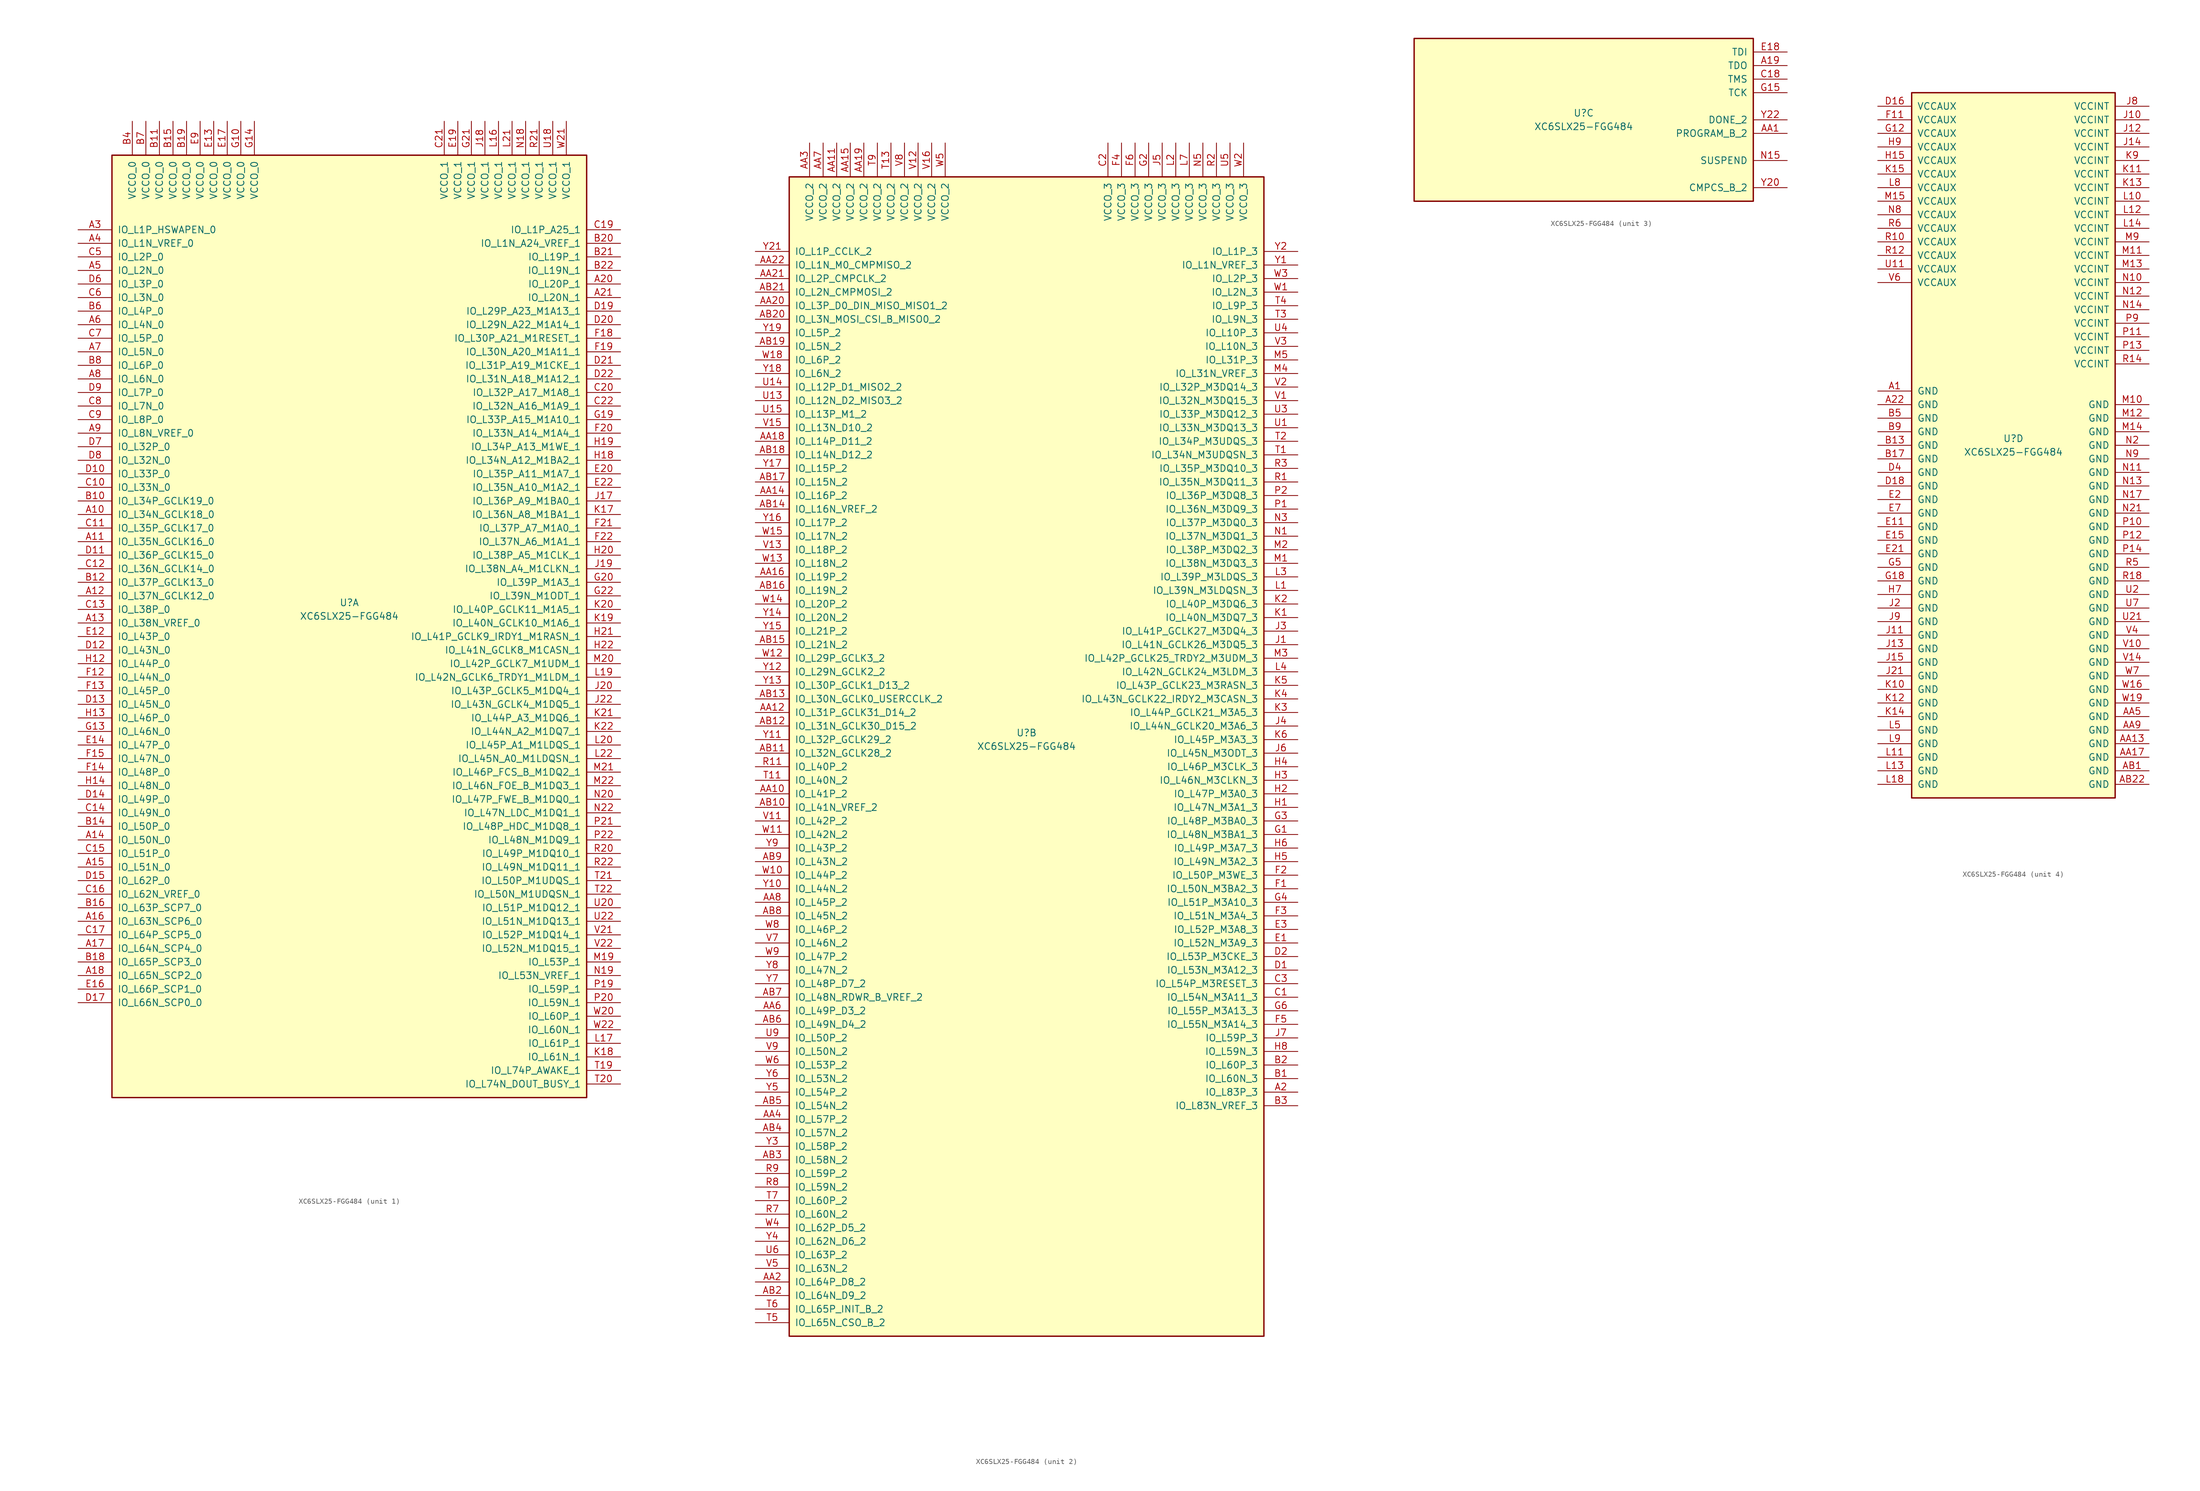
<source format=kicad_sym>
(kicad_symbol_lib
  (version 20211014)
  (generator kicad_symbol_editor)
  (symbol "XC6SLX25-FGG484"
    (pin_names
      (offset 1.016))
    (property "Reference" "U"
      (at 0 1.27 0)
      (effects (font (size 1.27 1.27))))
    (property "Value" "XC6SLX25-FGG484"
      (at 0 -1.27 0)
      (effects (font (size 1.27 1.27))))
    (property "Datasheet" ""
      (at 0 0 0)
      (effects (font (size 1.27 1.27))))
    (property "ki_locked" ""
      (at 0 0 0)
      (effects (font (size 1.27 1.27))))
    (symbol "XC6SLX25-FGG484_1_1"
      (rectangle (start -44.45 85.09) (end 44.45 -91.44) (stroke (width 0.254) (type default) (color 0 0 0 0)) (fill (type background)))
      (pin bidirectional line (at -50.8 17.78 0) (length 6.35) (name "IO_L34N_GCLK18_0" (effects (font (size 1.27 1.27)))) (number "A10" (effects (font (size 1.27 1.27)))))
      (pin bidirectional line (at -50.8 12.7 0) (length 6.35) (name "IO_L35N_GCLK16_0" (effects (font (size 1.27 1.27)))) (number "A11" (effects (font (size 1.27 1.27)))))
      (pin bidirectional line (at -50.8 2.54 0) (length 6.35) (name "IO_L37N_GCLK12_0" (effects (font (size 1.27 1.27)))) (number "A12" (effects (font (size 1.27 1.27)))))
      (pin bidirectional line (at -50.8 -2.54 0) (length 6.35) (name "IO_L38N_VREF_0" (effects (font (size 1.27 1.27)))) (number "A13" (effects (font (size 1.27 1.27)))))
      (pin bidirectional line (at -50.8 -43.18 0) (length 6.35) (name "IO_L50N_0" (effects (font (size 1.27 1.27)))) (number "A14" (effects (font (size 1.27 1.27)))))
      (pin bidirectional line (at -50.8 -48.26 0) (length 6.35) (name "IO_L51N_0" (effects (font (size 1.27 1.27)))) (number "A15" (effects (font (size 1.27 1.27)))))
      (pin bidirectional line (at -50.8 -58.42 0) (length 6.35) (name "IO_L63N_SCP6_0" (effects (font (size 1.27 1.27)))) (number "A16" (effects (font (size 1.27 1.27)))))
      (pin bidirectional line (at -50.8 -63.5 0) (length 6.35) (name "IO_L64N_SCP4_0" (effects (font (size 1.27 1.27)))) (number "A17" (effects (font (size 1.27 1.27)))))
      (pin bidirectional line (at -50.8 -68.58 0) (length 6.35) (name "IO_L65N_SCP2_0" (effects (font (size 1.27 1.27)))) (number "A18" (effects (font (size 1.27 1.27)))))
      (pin bidirectional line (at 50.8 60.96 180) (length 6.35) (name "IO_L20P_1" (effects (font (size 1.27 1.27)))) (number "A20" (effects (font (size 1.27 1.27)))))
      (pin bidirectional line (at 50.8 58.42 180) (length 6.35) (name "IO_L20N_1" (effects (font (size 1.27 1.27)))) (number "A21" (effects (font (size 1.27 1.27)))))
      (pin bidirectional line (at -50.8 71.12 0) (length 6.35) (name "IO_L1P_HSWAPEN_0" (effects (font (size 1.27 1.27)))) (number "A3" (effects (font (size 1.27 1.27)))))
      (pin bidirectional line (at -50.8 68.58 0) (length 6.35) (name "IO_L1N_VREF_0" (effects (font (size 1.27 1.27)))) (number "A4" (effects (font (size 1.27 1.27)))))
      (pin bidirectional line (at -50.8 63.5 0) (length 6.35) (name "IO_L2N_0" (effects (font (size 1.27 1.27)))) (number "A5" (effects (font (size 1.27 1.27)))))
      (pin bidirectional line (at -50.8 53.34 0) (length 6.35) (name "IO_L4N_0" (effects (font (size 1.27 1.27)))) (number "A6" (effects (font (size 1.27 1.27)))))
      (pin bidirectional line (at -50.8 48.26 0) (length 6.35) (name "IO_L5N_0" (effects (font (size 1.27 1.27)))) (number "A7" (effects (font (size 1.27 1.27)))))
      (pin bidirectional line (at -50.8 43.18 0) (length 6.35) (name "IO_L6N_0" (effects (font (size 1.27 1.27)))) (number "A8" (effects (font (size 1.27 1.27)))))
      (pin bidirectional line (at -50.8 33.02 0) (length 6.35) (name "IO_L8N_VREF_0" (effects (font (size 1.27 1.27)))) (number "A9" (effects (font (size 1.27 1.27)))))
      (pin bidirectional line (at -50.8 20.32 0) (length 6.35) (name "IO_L34P_GCLK19_0" (effects (font (size 1.27 1.27)))) (number "B10" (effects (font (size 1.27 1.27)))))
      (pin power_in line (at -35.56 91.44 270) (length 6.35) (name "VCCO_0" (effects (font (size 1.27 1.27)))) (number "B11" (effects (font (size 1.27 1.27)))))
      (pin bidirectional line (at -50.8 5.08 0) (length 6.35) (name "IO_L37P_GCLK13_0" (effects (font (size 1.27 1.27)))) (number "B12" (effects (font (size 1.27 1.27)))))
      (pin bidirectional line (at -50.8 -40.64 0) (length 6.35) (name "IO_L50P_0" (effects (font (size 1.27 1.27)))) (number "B14" (effects (font (size 1.27 1.27)))))
      (pin power_in line (at -33.02 91.44 270) (length 6.35) (name "VCCO_0" (effects (font (size 1.27 1.27)))) (number "B15" (effects (font (size 1.27 1.27)))))
      (pin bidirectional line (at -50.8 -55.88 0) (length 6.35) (name "IO_L63P_SCP7_0" (effects (font (size 1.27 1.27)))) (number "B16" (effects (font (size 1.27 1.27)))))
      (pin bidirectional line (at -50.8 -66.04 0) (length 6.35) (name "IO_L65P_SCP3_0" (effects (font (size 1.27 1.27)))) (number "B18" (effects (font (size 1.27 1.27)))))
      (pin power_in line (at -30.48 91.44 270) (length 6.35) (name "VCCO_0" (effects (font (size 1.27 1.27)))) (number "B19" (effects (font (size 1.27 1.27)))))
      (pin bidirectional line (at 50.8 68.58 180) (length 6.35) (name "IO_L1N_A24_VREF_1" (effects (font (size 1.27 1.27)))) (number "B20" (effects (font (size 1.27 1.27)))))
      (pin bidirectional line (at 50.8 66.04 180) (length 6.35) (name "IO_L19P_1" (effects (font (size 1.27 1.27)))) (number "B21" (effects (font (size 1.27 1.27)))))
      (pin bidirectional line (at 50.8 63.5 180) (length 6.35) (name "IO_L19N_1" (effects (font (size 1.27 1.27)))) (number "B22" (effects (font (size 1.27 1.27)))))
      (pin power_in line (at -40.64 91.44 270) (length 6.35) (name "VCCO_0" (effects (font (size 1.27 1.27)))) (number "B4" (effects (font (size 1.27 1.27)))))
      (pin bidirectional line (at -50.8 55.88 0) (length 6.35) (name "IO_L4P_0" (effects (font (size 1.27 1.27)))) (number "B6" (effects (font (size 1.27 1.27)))))
      (pin power_in line (at -38.1 91.44 270) (length 6.35) (name "VCCO_0" (effects (font (size 1.27 1.27)))) (number "B7" (effects (font (size 1.27 1.27)))))
      (pin bidirectional line (at -50.8 45.72 0) (length 6.35) (name "IO_L6P_0" (effects (font (size 1.27 1.27)))) (number "B8" (effects (font (size 1.27 1.27)))))
      (pin bidirectional line (at -50.8 22.86 0) (length 6.35) (name "IO_L33N_0" (effects (font (size 1.27 1.27)))) (number "C10" (effects (font (size 1.27 1.27)))))
      (pin bidirectional line (at -50.8 15.24 0) (length 6.35) (name "IO_L35P_GCLK17_0" (effects (font (size 1.27 1.27)))) (number "C11" (effects (font (size 1.27 1.27)))))
      (pin bidirectional line (at -50.8 7.62 0) (length 6.35) (name "IO_L36N_GCLK14_0" (effects (font (size 1.27 1.27)))) (number "C12" (effects (font (size 1.27 1.27)))))
      (pin bidirectional line (at -50.8 0 0) (length 6.35) (name "IO_L38P_0" (effects (font (size 1.27 1.27)))) (number "C13" (effects (font (size 1.27 1.27)))))
      (pin bidirectional line (at -50.8 -38.1 0) (length 6.35) (name "IO_L49N_0" (effects (font (size 1.27 1.27)))) (number "C14" (effects (font (size 1.27 1.27)))))
      (pin bidirectional line (at -50.8 -45.72 0) (length 6.35) (name "IO_L51P_0" (effects (font (size 1.27 1.27)))) (number "C15" (effects (font (size 1.27 1.27)))))
      (pin bidirectional line (at -50.8 -53.34 0) (length 6.35) (name "IO_L62N_VREF_0" (effects (font (size 1.27 1.27)))) (number "C16" (effects (font (size 1.27 1.27)))))
      (pin bidirectional line (at -50.8 -60.96 0) (length 6.35) (name "IO_L64P_SCP5_0" (effects (font (size 1.27 1.27)))) (number "C17" (effects (font (size 1.27 1.27)))))
      (pin bidirectional line (at 50.8 71.12 180) (length 6.35) (name "IO_L1P_A25_1" (effects (font (size 1.27 1.27)))) (number "C19" (effects (font (size 1.27 1.27)))))
      (pin bidirectional line (at 50.8 40.64 180) (length 6.35) (name "IO_L32P_A17_M1A8_1" (effects (font (size 1.27 1.27)))) (number "C20" (effects (font (size 1.27 1.27)))))
      (pin power_in line (at 17.78 91.44 270) (length 6.35) (name "VCCO_1" (effects (font (size 1.27 1.27)))) (number "C21" (effects (font (size 1.27 1.27)))))
      (pin bidirectional line (at 50.8 38.1 180) (length 6.35) (name "IO_L32N_A16_M1A9_1" (effects (font (size 1.27 1.27)))) (number "C22" (effects (font (size 1.27 1.27)))))
      (pin bidirectional line (at -50.8 66.04 0) (length 6.35) (name "IO_L2P_0" (effects (font (size 1.27 1.27)))) (number "C5" (effects (font (size 1.27 1.27)))))
      (pin bidirectional line (at -50.8 58.42 0) (length 6.35) (name "IO_L3N_0" (effects (font (size 1.27 1.27)))) (number "C6" (effects (font (size 1.27 1.27)))))
      (pin bidirectional line (at -50.8 50.8 0) (length 6.35) (name "IO_L5P_0" (effects (font (size 1.27 1.27)))) (number "C7" (effects (font (size 1.27 1.27)))))
      (pin bidirectional line (at -50.8 38.1 0) (length 6.35) (name "IO_L7N_0" (effects (font (size 1.27 1.27)))) (number "C8" (effects (font (size 1.27 1.27)))))
      (pin bidirectional line (at -50.8 35.56 0) (length 6.35) (name "IO_L8P_0" (effects (font (size 1.27 1.27)))) (number "C9" (effects (font (size 1.27 1.27)))))
      (pin bidirectional line (at -50.8 25.4 0) (length 6.35) (name "IO_L33P_0" (effects (font (size 1.27 1.27)))) (number "D10" (effects (font (size 1.27 1.27)))))
      (pin bidirectional line (at -50.8 10.16 0) (length 6.35) (name "IO_L36P_GCLK15_0" (effects (font (size 1.27 1.27)))) (number "D11" (effects (font (size 1.27 1.27)))))
      (pin bidirectional line (at -50.8 -7.62 0) (length 6.35) (name "IO_L43N_0" (effects (font (size 1.27 1.27)))) (number "D12" (effects (font (size 1.27 1.27)))))
      (pin bidirectional line (at -50.8 -17.78 0) (length 6.35) (name "IO_L45N_0" (effects (font (size 1.27 1.27)))) (number "D13" (effects (font (size 1.27 1.27)))))
      (pin bidirectional line (at -50.8 -35.56 0) (length 6.35) (name "IO_L49P_0" (effects (font (size 1.27 1.27)))) (number "D14" (effects (font (size 1.27 1.27)))))
      (pin bidirectional line (at -50.8 -50.8 0) (length 6.35) (name "IO_L62P_0" (effects (font (size 1.27 1.27)))) (number "D15" (effects (font (size 1.27 1.27)))))
      (pin bidirectional line (at -50.8 -73.66 0) (length 6.35) (name "IO_L66N_SCP0_0" (effects (font (size 1.27 1.27)))) (number "D17" (effects (font (size 1.27 1.27)))))
      (pin bidirectional line (at 50.8 55.88 180) (length 6.35) (name "IO_L29P_A23_M1A13_1" (effects (font (size 1.27 1.27)))) (number "D19" (effects (font (size 1.27 1.27)))))
      (pin bidirectional line (at 50.8 53.34 180) (length 6.35) (name "IO_L29N_A22_M1A14_1" (effects (font (size 1.27 1.27)))) (number "D20" (effects (font (size 1.27 1.27)))))
      (pin bidirectional line (at 50.8 45.72 180) (length 6.35) (name "IO_L31P_A19_M1CKE_1" (effects (font (size 1.27 1.27)))) (number "D21" (effects (font (size 1.27 1.27)))))
      (pin bidirectional line (at 50.8 43.18 180) (length 6.35) (name "IO_L31N_A18_M1A12_1" (effects (font (size 1.27 1.27)))) (number "D22" (effects (font (size 1.27 1.27)))))
      (pin bidirectional line (at -50.8 60.96 0) (length 6.35) (name "IO_L3P_0" (effects (font (size 1.27 1.27)))) (number "D6" (effects (font (size 1.27 1.27)))))
      (pin bidirectional line (at -50.8 30.48 0) (length 6.35) (name "IO_L32P_0" (effects (font (size 1.27 1.27)))) (number "D7" (effects (font (size 1.27 1.27)))))
      (pin bidirectional line (at -50.8 27.94 0) (length 6.35) (name "IO_L32N_0" (effects (font (size 1.27 1.27)))) (number "D8" (effects (font (size 1.27 1.27)))))
      (pin bidirectional line (at -50.8 40.64 0) (length 6.35) (name "IO_L7P_0" (effects (font (size 1.27 1.27)))) (number "D9" (effects (font (size 1.27 1.27)))))
      (pin bidirectional line (at -50.8 -5.08 0) (length 6.35) (name "IO_L43P_0" (effects (font (size 1.27 1.27)))) (number "E12" (effects (font (size 1.27 1.27)))))
      (pin power_in line (at -25.4 91.44 270) (length 6.35) (name "VCCO_0" (effects (font (size 1.27 1.27)))) (number "E13" (effects (font (size 1.27 1.27)))))
      (pin bidirectional line (at -50.8 -25.4 0) (length 6.35) (name "IO_L47P_0" (effects (font (size 1.27 1.27)))) (number "E14" (effects (font (size 1.27 1.27)))))
      (pin bidirectional line (at -50.8 -71.12 0) (length 6.35) (name "IO_L66P_SCP1_0" (effects (font (size 1.27 1.27)))) (number "E16" (effects (font (size 1.27 1.27)))))
      (pin power_in line (at -22.86 91.44 270) (length 6.35) (name "VCCO_0" (effects (font (size 1.27 1.27)))) (number "E17" (effects (font (size 1.27 1.27)))))
      (pin power_in line (at 20.32 91.44 270) (length 6.35) (name "VCCO_1" (effects (font (size 1.27 1.27)))) (number "E19" (effects (font (size 1.27 1.27)))))
      (pin bidirectional line (at 50.8 25.4 180) (length 6.35) (name "IO_L35P_A11_M1A7_1" (effects (font (size 1.27 1.27)))) (number "E20" (effects (font (size 1.27 1.27)))))
      (pin bidirectional line (at 50.8 22.86 180) (length 6.35) (name "IO_L35N_A10_M1A2_1" (effects (font (size 1.27 1.27)))) (number "E22" (effects (font (size 1.27 1.27)))))
      (pin power_in line (at -27.94 91.44 270) (length 6.35) (name "VCCO_0" (effects (font (size 1.27 1.27)))) (number "E9" (effects (font (size 1.27 1.27)))))
      (pin bidirectional line (at -50.8 -12.7 0) (length 6.35) (name "IO_L44N_0" (effects (font (size 1.27 1.27)))) (number "F12" (effects (font (size 1.27 1.27)))))
      (pin bidirectional line (at -50.8 -15.24 0) (length 6.35) (name "IO_L45P_0" (effects (font (size 1.27 1.27)))) (number "F13" (effects (font (size 1.27 1.27)))))
      (pin bidirectional line (at -50.8 -30.48 0) (length 6.35) (name "IO_L48P_0" (effects (font (size 1.27 1.27)))) (number "F14" (effects (font (size 1.27 1.27)))))
      (pin bidirectional line (at -50.8 -27.94 0) (length 6.35) (name "IO_L47N_0" (effects (font (size 1.27 1.27)))) (number "F15" (effects (font (size 1.27 1.27)))))
      (pin bidirectional line (at 50.8 50.8 180) (length 6.35) (name "IO_L30P_A21_M1RESET_1" (effects (font (size 1.27 1.27)))) (number "F18" (effects (font (size 1.27 1.27)))))
      (pin bidirectional line (at 50.8 48.26 180) (length 6.35) (name "IO_L30N_A20_M1A11_1" (effects (font (size 1.27 1.27)))) (number "F19" (effects (font (size 1.27 1.27)))))
      (pin bidirectional line (at 50.8 33.02 180) (length 6.35) (name "IO_L33N_A14_M1A4_1" (effects (font (size 1.27 1.27)))) (number "F20" (effects (font (size 1.27 1.27)))))
      (pin bidirectional line (at 50.8 15.24 180) (length 6.35) (name "IO_L37P_A7_M1A0_1" (effects (font (size 1.27 1.27)))) (number "F21" (effects (font (size 1.27 1.27)))))
      (pin bidirectional line (at 50.8 12.7 180) (length 6.35) (name "IO_L37N_A6_M1A1_1" (effects (font (size 1.27 1.27)))) (number "F22" (effects (font (size 1.27 1.27)))))
      (pin power_in line (at -20.32 91.44 270) (length 6.35) (name "VCCO_0" (effects (font (size 1.27 1.27)))) (number "G10" (effects (font (size 1.27 1.27)))))
      (pin bidirectional line (at -50.8 -22.86 0) (length 6.35) (name "IO_L46N_0" (effects (font (size 1.27 1.27)))) (number "G13" (effects (font (size 1.27 1.27)))))
      (pin power_in line (at -17.78 91.44 270) (length 6.35) (name "VCCO_0" (effects (font (size 1.27 1.27)))) (number "G14" (effects (font (size 1.27 1.27)))))
      (pin bidirectional line (at 50.8 35.56 180) (length 6.35) (name "IO_L33P_A15_M1A10_1" (effects (font (size 1.27 1.27)))) (number "G19" (effects (font (size 1.27 1.27)))))
      (pin bidirectional line (at 50.8 5.08 180) (length 6.35) (name "IO_L39P_M1A3_1" (effects (font (size 1.27 1.27)))) (number "G20" (effects (font (size 1.27 1.27)))))
      (pin power_in line (at 22.86 91.44 270) (length 6.35) (name "VCCO_1" (effects (font (size 1.27 1.27)))) (number "G21" (effects (font (size 1.27 1.27)))))
      (pin bidirectional line (at 50.8 2.54 180) (length 6.35) (name "IO_L39N_M1ODT_1" (effects (font (size 1.27 1.27)))) (number "G22" (effects (font (size 1.27 1.27)))))
      (pin bidirectional line (at -50.8 -10.16 0) (length 6.35) (name "IO_L44P_0" (effects (font (size 1.27 1.27)))) (number "H12" (effects (font (size 1.27 1.27)))))
      (pin bidirectional line (at -50.8 -20.32 0) (length 6.35) (name "IO_L46P_0" (effects (font (size 1.27 1.27)))) (number "H13" (effects (font (size 1.27 1.27)))))
      (pin bidirectional line (at -50.8 -33.02 0) (length 6.35) (name "IO_L48N_0" (effects (font (size 1.27 1.27)))) (number "H14" (effects (font (size 1.27 1.27)))))
      (pin bidirectional line (at 50.8 27.94 180) (length 6.35) (name "IO_L34N_A12_M1BA2_1" (effects (font (size 1.27 1.27)))) (number "H18" (effects (font (size 1.27 1.27)))))
      (pin bidirectional line (at 50.8 30.48 180) (length 6.35) (name "IO_L34P_A13_M1WE_1" (effects (font (size 1.27 1.27)))) (number "H19" (effects (font (size 1.27 1.27)))))
      (pin bidirectional line (at 50.8 10.16 180) (length 6.35) (name "IO_L38P_A5_M1CLK_1" (effects (font (size 1.27 1.27)))) (number "H20" (effects (font (size 1.27 1.27)))))
      (pin bidirectional line (at 50.8 -5.08 180) (length 6.35) (name "IO_L41P_GCLK9_IRDY1_M1RASN_1" (effects (font (size 1.27 1.27)))) (number "H21" (effects (font (size 1.27 1.27)))))
      (pin bidirectional line (at 50.8 -7.62 180) (length 6.35) (name "IO_L41N_GCLK8_M1CASN_1" (effects (font (size 1.27 1.27)))) (number "H22" (effects (font (size 1.27 1.27)))))
      (pin bidirectional line (at 50.8 20.32 180) (length 6.35) (name "IO_L36P_A9_M1BA0_1" (effects (font (size 1.27 1.27)))) (number "J17" (effects (font (size 1.27 1.27)))))
      (pin power_in line (at 25.4 91.44 270) (length 6.35) (name "VCCO_1" (effects (font (size 1.27 1.27)))) (number "J18" (effects (font (size 1.27 1.27)))))
      (pin bidirectional line (at 50.8 7.62 180) (length 6.35) (name "IO_L38N_A4_M1CLKN_1" (effects (font (size 1.27 1.27)))) (number "J19" (effects (font (size 1.27 1.27)))))
      (pin bidirectional line (at 50.8 -15.24 180) (length 6.35) (name "IO_L43P_GCLK5_M1DQ4_1" (effects (font (size 1.27 1.27)))) (number "J20" (effects (font (size 1.27 1.27)))))
      (pin bidirectional line (at 50.8 -17.78 180) (length 6.35) (name "IO_L43N_GCLK4_M1DQ5_1" (effects (font (size 1.27 1.27)))) (number "J22" (effects (font (size 1.27 1.27)))))
      (pin bidirectional line (at 50.8 17.78 180) (length 6.35) (name "IO_L36N_A8_M1BA1_1" (effects (font (size 1.27 1.27)))) (number "K17" (effects (font (size 1.27 1.27)))))
      (pin bidirectional line (at 50.8 -83.82 180) (length 6.35) (name "IO_L61N_1" (effects (font (size 1.27 1.27)))) (number "K18" (effects (font (size 1.27 1.27)))))
      (pin bidirectional line (at 50.8 -2.54 180) (length 6.35) (name "IO_L40N_GCLK10_M1A6_1" (effects (font (size 1.27 1.27)))) (number "K19" (effects (font (size 1.27 1.27)))))
      (pin bidirectional line (at 50.8 0 180) (length 6.35) (name "IO_L40P_GCLK11_M1A5_1" (effects (font (size 1.27 1.27)))) (number "K20" (effects (font (size 1.27 1.27)))))
      (pin bidirectional line (at 50.8 -20.32 180) (length 6.35) (name "IO_L44P_A3_M1DQ6_1" (effects (font (size 1.27 1.27)))) (number "K21" (effects (font (size 1.27 1.27)))))
      (pin bidirectional line (at 50.8 -22.86 180) (length 6.35) (name "IO_L44N_A2_M1DQ7_1" (effects (font (size 1.27 1.27)))) (number "K22" (effects (font (size 1.27 1.27)))))
      (pin power_in line (at 27.94 91.44 270) (length 6.35) (name "VCCO_1" (effects (font (size 1.27 1.27)))) (number "L16" (effects (font (size 1.27 1.27)))))
      (pin bidirectional line (at 50.8 -81.28 180) (length 6.35) (name "IO_L61P_1" (effects (font (size 1.27 1.27)))) (number "L17" (effects (font (size 1.27 1.27)))))
      (pin bidirectional line (at 50.8 -12.7 180) (length 6.35) (name "IO_L42N_GCLK6_TRDY1_M1LDM_1" (effects (font (size 1.27 1.27)))) (number "L19" (effects (font (size 1.27 1.27)))))
      (pin bidirectional line (at 50.8 -25.4 180) (length 6.35) (name "IO_L45P_A1_M1LDQS_1" (effects (font (size 1.27 1.27)))) (number "L20" (effects (font (size 1.27 1.27)))))
      (pin power_in line (at 30.48 91.44 270) (length 6.35) (name "VCCO_1" (effects (font (size 1.27 1.27)))) (number "L21" (effects (font (size 1.27 1.27)))))
      (pin bidirectional line (at 50.8 -27.94 180) (length 6.35) (name "IO_L45N_A0_M1LDQSN_1" (effects (font (size 1.27 1.27)))) (number "L22" (effects (font (size 1.27 1.27)))))
      (pin bidirectional line (at 50.8 -66.04 180) (length 6.35) (name "IO_L53P_1" (effects (font (size 1.27 1.27)))) (number "M19" (effects (font (size 1.27 1.27)))))
      (pin bidirectional line (at 50.8 -10.16 180) (length 6.35) (name "IO_L42P_GCLK7_M1UDM_1" (effects (font (size 1.27 1.27)))) (number "M20" (effects (font (size 1.27 1.27)))))
      (pin bidirectional line (at 50.8 -30.48 180) (length 6.35) (name "IO_L46P_FCS_B_M1DQ2_1" (effects (font (size 1.27 1.27)))) (number "M21" (effects (font (size 1.27 1.27)))))
      (pin bidirectional line (at 50.8 -33.02 180) (length 6.35) (name "IO_L46N_FOE_B_M1DQ3_1" (effects (font (size 1.27 1.27)))) (number "M22" (effects (font (size 1.27 1.27)))))
      (pin power_in line (at 33.02 91.44 270) (length 6.35) (name "VCCO_1" (effects (font (size 1.27 1.27)))) (number "N18" (effects (font (size 1.27 1.27)))))
      (pin bidirectional line (at 50.8 -68.58 180) (length 6.35) (name "IO_L53N_VREF_1" (effects (font (size 1.27 1.27)))) (number "N19" (effects (font (size 1.27 1.27)))))
      (pin bidirectional line (at 50.8 -35.56 180) (length 6.35) (name "IO_L47P_FWE_B_M1DQ0_1" (effects (font (size 1.27 1.27)))) (number "N20" (effects (font (size 1.27 1.27)))))
      (pin bidirectional line (at 50.8 -38.1 180) (length 6.35) (name "IO_L47N_LDC_M1DQ1_1" (effects (font (size 1.27 1.27)))) (number "N22" (effects (font (size 1.27 1.27)))))
      (pin bidirectional line (at 50.8 -71.12 180) (length 6.35) (name "IO_L59P_1" (effects (font (size 1.27 1.27)))) (number "P19" (effects (font (size 1.27 1.27)))))
      (pin bidirectional line (at 50.8 -73.66 180) (length 6.35) (name "IO_L59N_1" (effects (font (size 1.27 1.27)))) (number "P20" (effects (font (size 1.27 1.27)))))
      (pin bidirectional line (at 50.8 -40.64 180) (length 6.35) (name "IO_L48P_HDC_M1DQ8_1" (effects (font (size 1.27 1.27)))) (number "P21" (effects (font (size 1.27 1.27)))))
      (pin bidirectional line (at 50.8 -43.18 180) (length 6.35) (name "IO_L48N_M1DQ9_1" (effects (font (size 1.27 1.27)))) (number "P22" (effects (font (size 1.27 1.27)))))
      (pin bidirectional line (at 50.8 -45.72 180) (length 6.35) (name "IO_L49P_M1DQ10_1" (effects (font (size 1.27 1.27)))) (number "R20" (effects (font (size 1.27 1.27)))))
      (pin power_in line (at 35.56 91.44 270) (length 6.35) (name "VCCO_1" (effects (font (size 1.27 1.27)))) (number "R21" (effects (font (size 1.27 1.27)))))
      (pin bidirectional line (at 50.8 -48.26 180) (length 6.35) (name "IO_L49N_M1DQ11_1" (effects (font (size 1.27 1.27)))) (number "R22" (effects (font (size 1.27 1.27)))))
      (pin bidirectional line (at 50.8 -86.36 180) (length 6.35) (name "IO_L74P_AWAKE_1" (effects (font (size 1.27 1.27)))) (number "T19" (effects (font (size 1.27 1.27)))))
      (pin bidirectional line (at 50.8 -88.9 180) (length 6.35) (name "IO_L74N_DOUT_BUSY_1" (effects (font (size 1.27 1.27)))) (number "T20" (effects (font (size 1.27 1.27)))))
      (pin bidirectional line (at 50.8 -50.8 180) (length 6.35) (name "IO_L50P_M1UDQS_1" (effects (font (size 1.27 1.27)))) (number "T21" (effects (font (size 1.27 1.27)))))
      (pin bidirectional line (at 50.8 -53.34 180) (length 6.35) (name "IO_L50N_M1UDQSN_1" (effects (font (size 1.27 1.27)))) (number "T22" (effects (font (size 1.27 1.27)))))
      (pin power_in line (at 38.1 91.44 270) (length 6.35) (name "VCCO_1" (effects (font (size 1.27 1.27)))) (number "U18" (effects (font (size 1.27 1.27)))))
      (pin bidirectional line (at 50.8 -55.88 180) (length 6.35) (name "IO_L51P_M1DQ12_1" (effects (font (size 1.27 1.27)))) (number "U20" (effects (font (size 1.27 1.27)))))
      (pin bidirectional line (at 50.8 -58.42 180) (length 6.35) (name "IO_L51N_M1DQ13_1" (effects (font (size 1.27 1.27)))) (number "U22" (effects (font (size 1.27 1.27)))))
      (pin bidirectional line (at 50.8 -60.96 180) (length 6.35) (name "IO_L52P_M1DQ14_1" (effects (font (size 1.27 1.27)))) (number "V21" (effects (font (size 1.27 1.27)))))
      (pin bidirectional line (at 50.8 -63.5 180) (length 6.35) (name "IO_L52N_M1DQ15_1" (effects (font (size 1.27 1.27)))) (number "V22" (effects (font (size 1.27 1.27)))))
      (pin bidirectional line (at 50.8 -76.2 180) (length 6.35) (name "IO_L60P_1" (effects (font (size 1.27 1.27)))) (number "W20" (effects (font (size 1.27 1.27)))))
      (pin power_in line (at 40.64 91.44 270) (length 6.35) (name "VCCO_1" (effects (font (size 1.27 1.27)))) (number "W21" (effects (font (size 1.27 1.27)))))
      (pin bidirectional line (at 50.8 -78.74 180) (length 6.35) (name "IO_L60N_1" (effects (font (size 1.27 1.27)))) (number "W22" (effects (font (size 1.27 1.27))))))
    (symbol "XC6SLX25-FGG484_2_1"
      (rectangle (start -44.45 105.41) (end 44.45 -111.76) (stroke (width 0.254) (type default) (color 0 0 0 0)) (fill (type background)))
      (pin bidirectional line (at 50.8 -66.04 180) (length 6.35) (name "IO_L83P_3" (effects (font (size 1.27 1.27)))) (number "A2" (effects (font (size 1.27 1.27)))))
      (pin bidirectional line (at -50.8 -10.16 0) (length 6.35) (name "IO_L41P_2" (effects (font (size 1.27 1.27)))) (number "AA10" (effects (font (size 1.27 1.27)))))
      (pin power_in line (at -35.56 111.76 270) (length 6.35) (name "VCCO_2" (effects (font (size 1.27 1.27)))) (number "AA11" (effects (font (size 1.27 1.27)))))
      (pin bidirectional line (at -50.8 5.08 0) (length 6.35) (name "IO_L31P_GCLK31_D14_2" (effects (font (size 1.27 1.27)))) (number "AA12" (effects (font (size 1.27 1.27)))))
      (pin bidirectional line (at -50.8 45.72 0) (length 6.35) (name "IO_L16P_2" (effects (font (size 1.27 1.27)))) (number "AA14" (effects (font (size 1.27 1.27)))))
      (pin power_in line (at -33.02 111.76 270) (length 6.35) (name "VCCO_2" (effects (font (size 1.27 1.27)))) (number "AA15" (effects (font (size 1.27 1.27)))))
      (pin bidirectional line (at -50.8 30.48 0) (length 6.35) (name "IO_L19P_2" (effects (font (size 1.27 1.27)))) (number "AA16" (effects (font (size 1.27 1.27)))))
      (pin bidirectional line (at -50.8 55.88 0) (length 6.35) (name "IO_L14P_D11_2" (effects (font (size 1.27 1.27)))) (number "AA18" (effects (font (size 1.27 1.27)))))
      (pin power_in line (at -30.48 111.76 270) (length 6.35) (name "VCCO_2" (effects (font (size 1.27 1.27)))) (number "AA19" (effects (font (size 1.27 1.27)))))
      (pin bidirectional line (at -50.8 -101.6 0) (length 6.35) (name "IO_L64P_D8_2" (effects (font (size 1.27 1.27)))) (number "AA2" (effects (font (size 1.27 1.27)))))
      (pin bidirectional line (at -50.8 81.28 0) (length 6.35) (name "IO_L3P_D0_DIN_MISO_MISO1_2" (effects (font (size 1.27 1.27)))) (number "AA20" (effects (font (size 1.27 1.27)))))
      (pin bidirectional line (at -50.8 86.36 0) (length 6.35) (name "IO_L2P_CMPCLK_2" (effects (font (size 1.27 1.27)))) (number "AA21" (effects (font (size 1.27 1.27)))))
      (pin bidirectional line (at -50.8 88.9 0) (length 6.35) (name "IO_L1N_M0_CMPMISO_2" (effects (font (size 1.27 1.27)))) (number "AA22" (effects (font (size 1.27 1.27)))))
      (pin power_in line (at -40.64 111.76 270) (length 6.35) (name "VCCO_2" (effects (font (size 1.27 1.27)))) (number "AA3" (effects (font (size 1.27 1.27)))))
      (pin bidirectional line (at -50.8 -71.12 0) (length 6.35) (name "IO_L57P_2" (effects (font (size 1.27 1.27)))) (number "AA4" (effects (font (size 1.27 1.27)))))
      (pin bidirectional line (at -50.8 -50.8 0) (length 6.35) (name "IO_L49P_D3_2" (effects (font (size 1.27 1.27)))) (number "AA6" (effects (font (size 1.27 1.27)))))
      (pin power_in line (at -38.1 111.76 270) (length 6.35) (name "VCCO_2" (effects (font (size 1.27 1.27)))) (number "AA7" (effects (font (size 1.27 1.27)))))
      (pin bidirectional line (at -50.8 -30.48 0) (length 6.35) (name "IO_L45P_2" (effects (font (size 1.27 1.27)))) (number "AA8" (effects (font (size 1.27 1.27)))))
      (pin bidirectional line (at -50.8 -12.7 0) (length 6.35) (name "IO_L41N_VREF_2" (effects (font (size 1.27 1.27)))) (number "AB10" (effects (font (size 1.27 1.27)))))
      (pin bidirectional line (at -50.8 -2.54 0) (length 6.35) (name "IO_L32N_GCLK28_2" (effects (font (size 1.27 1.27)))) (number "AB11" (effects (font (size 1.27 1.27)))))
      (pin bidirectional line (at -50.8 2.54 0) (length 6.35) (name "IO_L31N_GCLK30_D15_2" (effects (font (size 1.27 1.27)))) (number "AB12" (effects (font (size 1.27 1.27)))))
      (pin bidirectional line (at -50.8 7.62 0) (length 6.35) (name "IO_L30N_GCLK0_USERCCLK_2" (effects (font (size 1.27 1.27)))) (number "AB13" (effects (font (size 1.27 1.27)))))
      (pin bidirectional line (at -50.8 43.18 0) (length 6.35) (name "IO_L16N_VREF_2" (effects (font (size 1.27 1.27)))) (number "AB14" (effects (font (size 1.27 1.27)))))
      (pin bidirectional line (at -50.8 17.78 0) (length 6.35) (name "IO_L21N_2" (effects (font (size 1.27 1.27)))) (number "AB15" (effects (font (size 1.27 1.27)))))
      (pin bidirectional line (at -50.8 27.94 0) (length 6.35) (name "IO_L19N_2" (effects (font (size 1.27 1.27)))) (number "AB16" (effects (font (size 1.27 1.27)))))
      (pin bidirectional line (at -50.8 48.26 0) (length 6.35) (name "IO_L15N_2" (effects (font (size 1.27 1.27)))) (number "AB17" (effects (font (size 1.27 1.27)))))
      (pin bidirectional line (at -50.8 53.34 0) (length 6.35) (name "IO_L14N_D12_2" (effects (font (size 1.27 1.27)))) (number "AB18" (effects (font (size 1.27 1.27)))))
      (pin bidirectional line (at -50.8 73.66 0) (length 6.35) (name "IO_L5N_2" (effects (font (size 1.27 1.27)))) (number "AB19" (effects (font (size 1.27 1.27)))))
      (pin bidirectional line (at -50.8 -104.14 0) (length 6.35) (name "IO_L64N_D9_2" (effects (font (size 1.27 1.27)))) (number "AB2" (effects (font (size 1.27 1.27)))))
      (pin bidirectional line (at -50.8 78.74 0) (length 6.35) (name "IO_L3N_MOSI_CSI_B_MISO0_2" (effects (font (size 1.27 1.27)))) (number "AB20" (effects (font (size 1.27 1.27)))))
      (pin bidirectional line (at -50.8 83.82 0) (length 6.35) (name "IO_L2N_CMPMOSI_2" (effects (font (size 1.27 1.27)))) (number "AB21" (effects (font (size 1.27 1.27)))))
      (pin bidirectional line (at -50.8 -78.74 0) (length 6.35) (name "IO_L58N_2" (effects (font (size 1.27 1.27)))) (number "AB3" (effects (font (size 1.27 1.27)))))
      (pin bidirectional line (at -50.8 -73.66 0) (length 6.35) (name "IO_L57N_2" (effects (font (size 1.27 1.27)))) (number "AB4" (effects (font (size 1.27 1.27)))))
      (pin bidirectional line (at -50.8 -68.58 0) (length 6.35) (name "IO_L54N_2" (effects (font (size 1.27 1.27)))) (number "AB5" (effects (font (size 1.27 1.27)))))
      (pin bidirectional line (at -50.8 -53.34 0) (length 6.35) (name "IO_L49N_D4_2" (effects (font (size 1.27 1.27)))) (number "AB6" (effects (font (size 1.27 1.27)))))
      (pin bidirectional line (at -50.8 -48.26 0) (length 6.35) (name "IO_L48N_RDWR_B_VREF_2" (effects (font (size 1.27 1.27)))) (number "AB7" (effects (font (size 1.27 1.27)))))
      (pin bidirectional line (at -50.8 -33.02 0) (length 6.35) (name "IO_L45N_2" (effects (font (size 1.27 1.27)))) (number "AB8" (effects (font (size 1.27 1.27)))))
      (pin bidirectional line (at -50.8 -22.86 0) (length 6.35) (name "IO_L43N_2" (effects (font (size 1.27 1.27)))) (number "AB9" (effects (font (size 1.27 1.27)))))
      (pin bidirectional line (at 50.8 -63.5 180) (length 6.35) (name "IO_L60N_3" (effects (font (size 1.27 1.27)))) (number "B1" (effects (font (size 1.27 1.27)))))
      (pin bidirectional line (at 50.8 -60.96 180) (length 6.35) (name "IO_L60P_3" (effects (font (size 1.27 1.27)))) (number "B2" (effects (font (size 1.27 1.27)))))
      (pin bidirectional line (at 50.8 -68.58 180) (length 6.35) (name "IO_L83N_VREF_3" (effects (font (size 1.27 1.27)))) (number "B3" (effects (font (size 1.27 1.27)))))
      (pin bidirectional line (at 50.8 -48.26 180) (length 6.35) (name "IO_L54N_M3A11_3" (effects (font (size 1.27 1.27)))) (number "C1" (effects (font (size 1.27 1.27)))))
      (pin power_in line (at 15.24 111.76 270) (length 6.35) (name "VCCO_3" (effects (font (size 1.27 1.27)))) (number "C2" (effects (font (size 1.27 1.27)))))
      (pin bidirectional line (at 50.8 -45.72 180) (length 6.35) (name "IO_L54P_M3RESET_3" (effects (font (size 1.27 1.27)))) (number "C3" (effects (font (size 1.27 1.27)))))
      (pin bidirectional line (at 50.8 -43.18 180) (length 6.35) (name "IO_L53N_M3A12_3" (effects (font (size 1.27 1.27)))) (number "D1" (effects (font (size 1.27 1.27)))))
      (pin bidirectional line (at 50.8 -40.64 180) (length 6.35) (name "IO_L53P_M3CKE_3" (effects (font (size 1.27 1.27)))) (number "D2" (effects (font (size 1.27 1.27)))))
      (pin bidirectional line (at 50.8 -38.1 180) (length 6.35) (name "IO_L52N_M3A9_3" (effects (font (size 1.27 1.27)))) (number "E1" (effects (font (size 1.27 1.27)))))
      (pin bidirectional line (at 50.8 -35.56 180) (length 6.35) (name "IO_L52P_M3A8_3" (effects (font (size 1.27 1.27)))) (number "E3" (effects (font (size 1.27 1.27)))))
      (pin bidirectional line (at 50.8 -27.94 180) (length 6.35) (name "IO_L50N_M3BA2_3" (effects (font (size 1.27 1.27)))) (number "F1" (effects (font (size 1.27 1.27)))))
      (pin bidirectional line (at 50.8 -25.4 180) (length 6.35) (name "IO_L50P_M3WE_3" (effects (font (size 1.27 1.27)))) (number "F2" (effects (font (size 1.27 1.27)))))
      (pin bidirectional line (at 50.8 -33.02 180) (length 6.35) (name "IO_L51N_M3A4_3" (effects (font (size 1.27 1.27)))) (number "F3" (effects (font (size 1.27 1.27)))))
      (pin power_in line (at 17.78 111.76 270) (length 6.35) (name "VCCO_3" (effects (font (size 1.27 1.27)))) (number "F4" (effects (font (size 1.27 1.27)))))
      (pin bidirectional line (at 50.8 -53.34 180) (length 6.35) (name "IO_L55N_M3A14_3" (effects (font (size 1.27 1.27)))) (number "F5" (effects (font (size 1.27 1.27)))))
      (pin power_in line (at 20.32 111.76 270) (length 6.35) (name "VCCO_3" (effects (font (size 1.27 1.27)))) (number "F6" (effects (font (size 1.27 1.27)))))
      (pin bidirectional line (at 50.8 -17.78 180) (length 6.35) (name "IO_L48N_M3BA1_3" (effects (font (size 1.27 1.27)))) (number "G1" (effects (font (size 1.27 1.27)))))
      (pin power_in line (at 22.86 111.76 270) (length 6.35) (name "VCCO_3" (effects (font (size 1.27 1.27)))) (number "G2" (effects (font (size 1.27 1.27)))))
      (pin bidirectional line (at 50.8 -15.24 180) (length 6.35) (name "IO_L48P_M3BA0_3" (effects (font (size 1.27 1.27)))) (number "G3" (effects (font (size 1.27 1.27)))))
      (pin bidirectional line (at 50.8 -30.48 180) (length 6.35) (name "IO_L51P_M3A10_3" (effects (font (size 1.27 1.27)))) (number "G4" (effects (font (size 1.27 1.27)))))
      (pin bidirectional line (at 50.8 -50.8 180) (length 6.35) (name "IO_L55P_M3A13_3" (effects (font (size 1.27 1.27)))) (number "G6" (effects (font (size 1.27 1.27)))))
      (pin bidirectional line (at 50.8 -12.7 180) (length 6.35) (name "IO_L47N_M3A1_3" (effects (font (size 1.27 1.27)))) (number "H1" (effects (font (size 1.27 1.27)))))
      (pin bidirectional line (at 50.8 -10.16 180) (length 6.35) (name "IO_L47P_M3A0_3" (effects (font (size 1.27 1.27)))) (number "H2" (effects (font (size 1.27 1.27)))))
      (pin bidirectional line (at 50.8 -7.62 180) (length 6.35) (name "IO_L46N_M3CLKN_3" (effects (font (size 1.27 1.27)))) (number "H3" (effects (font (size 1.27 1.27)))))
      (pin bidirectional line (at 50.8 -5.08 180) (length 6.35) (name "IO_L46P_M3CLK_3" (effects (font (size 1.27 1.27)))) (number "H4" (effects (font (size 1.27 1.27)))))
      (pin bidirectional line (at 50.8 -22.86 180) (length 6.35) (name "IO_L49N_M3A2_3" (effects (font (size 1.27 1.27)))) (number "H5" (effects (font (size 1.27 1.27)))))
      (pin bidirectional line (at 50.8 -20.32 180) (length 6.35) (name "IO_L49P_M3A7_3" (effects (font (size 1.27 1.27)))) (number "H6" (effects (font (size 1.27 1.27)))))
      (pin bidirectional line (at 50.8 -58.42 180) (length 6.35) (name "IO_L59N_3" (effects (font (size 1.27 1.27)))) (number "H8" (effects (font (size 1.27 1.27)))))
      (pin bidirectional line (at 50.8 17.78 180) (length 6.35) (name "IO_L41N_GCLK26_M3DQ5_3" (effects (font (size 1.27 1.27)))) (number "J1" (effects (font (size 1.27 1.27)))))
      (pin bidirectional line (at 50.8 20.32 180) (length 6.35) (name "IO_L41P_GCLK27_M3DQ4_3" (effects (font (size 1.27 1.27)))) (number "J3" (effects (font (size 1.27 1.27)))))
      (pin bidirectional line (at 50.8 2.54 180) (length 6.35) (name "IO_L44N_GCLK20_M3A6_3" (effects (font (size 1.27 1.27)))) (number "J4" (effects (font (size 1.27 1.27)))))
      (pin power_in line (at 25.4 111.76 270) (length 6.35) (name "VCCO_3" (effects (font (size 1.27 1.27)))) (number "J5" (effects (font (size 1.27 1.27)))))
      (pin bidirectional line (at 50.8 -2.54 180) (length 6.35) (name "IO_L45N_M3ODT_3" (effects (font (size 1.27 1.27)))) (number "J6" (effects (font (size 1.27 1.27)))))
      (pin bidirectional line (at 50.8 -55.88 180) (length 6.35) (name "IO_L59P_3" (effects (font (size 1.27 1.27)))) (number "J7" (effects (font (size 1.27 1.27)))))
      (pin bidirectional line (at 50.8 22.86 180) (length 6.35) (name "IO_L40N_M3DQ7_3" (effects (font (size 1.27 1.27)))) (number "K1" (effects (font (size 1.27 1.27)))))
      (pin bidirectional line (at 50.8 25.4 180) (length 6.35) (name "IO_L40P_M3DQ6_3" (effects (font (size 1.27 1.27)))) (number "K2" (effects (font (size 1.27 1.27)))))
      (pin bidirectional line (at 50.8 5.08 180) (length 6.35) (name "IO_L44P_GCLK21_M3A5_3" (effects (font (size 1.27 1.27)))) (number "K3" (effects (font (size 1.27 1.27)))))
      (pin bidirectional line (at 50.8 7.62 180) (length 6.35) (name "IO_L43N_GCLK22_IRDY2_M3CASN_3" (effects (font (size 1.27 1.27)))) (number "K4" (effects (font (size 1.27 1.27)))))
      (pin bidirectional line (at 50.8 10.16 180) (length 6.35) (name "IO_L43P_GCLK23_M3RASN_3" (effects (font (size 1.27 1.27)))) (number "K5" (effects (font (size 1.27 1.27)))))
      (pin bidirectional line (at 50.8 0 180) (length 6.35) (name "IO_L45P_M3A3_3" (effects (font (size 1.27 1.27)))) (number "K6" (effects (font (size 1.27 1.27)))))
      (pin bidirectional line (at 50.8 27.94 180) (length 6.35) (name "IO_L39N_M3LDQSN_3" (effects (font (size 1.27 1.27)))) (number "L1" (effects (font (size 1.27 1.27)))))
      (pin power_in line (at 27.94 111.76 270) (length 6.35) (name "VCCO_3" (effects (font (size 1.27 1.27)))) (number "L2" (effects (font (size 1.27 1.27)))))
      (pin bidirectional line (at 50.8 30.48 180) (length 6.35) (name "IO_L39P_M3LDQS_3" (effects (font (size 1.27 1.27)))) (number "L3" (effects (font (size 1.27 1.27)))))
      (pin bidirectional line (at 50.8 12.7 180) (length 6.35) (name "IO_L42N_GCLK24_M3LDM_3" (effects (font (size 1.27 1.27)))) (number "L4" (effects (font (size 1.27 1.27)))))
      (pin power_in line (at 30.48 111.76 270) (length 6.35) (name "VCCO_3" (effects (font (size 1.27 1.27)))) (number "L7" (effects (font (size 1.27 1.27)))))
      (pin bidirectional line (at 50.8 33.02 180) (length 6.35) (name "IO_L38N_M3DQ3_3" (effects (font (size 1.27 1.27)))) (number "M1" (effects (font (size 1.27 1.27)))))
      (pin bidirectional line (at 50.8 35.56 180) (length 6.35) (name "IO_L38P_M3DQ2_3" (effects (font (size 1.27 1.27)))) (number "M2" (effects (font (size 1.27 1.27)))))
      (pin bidirectional line (at 50.8 15.24 180) (length 6.35) (name "IO_L42P_GCLK25_TRDY2_M3UDM_3" (effects (font (size 1.27 1.27)))) (number "M3" (effects (font (size 1.27 1.27)))))
      (pin bidirectional line (at 50.8 68.58 180) (length 6.35) (name "IO_L31N_VREF_3" (effects (font (size 1.27 1.27)))) (number "M4" (effects (font (size 1.27 1.27)))))
      (pin bidirectional line (at 50.8 71.12 180) (length 6.35) (name "IO_L31P_3" (effects (font (size 1.27 1.27)))) (number "M5" (effects (font (size 1.27 1.27)))))
      (pin bidirectional line (at 50.8 38.1 180) (length 6.35) (name "IO_L37N_M3DQ1_3" (effects (font (size 1.27 1.27)))) (number "N1" (effects (font (size 1.27 1.27)))))
      (pin bidirectional line (at 50.8 40.64 180) (length 6.35) (name "IO_L37P_M3DQ0_3" (effects (font (size 1.27 1.27)))) (number "N3" (effects (font (size 1.27 1.27)))))
      (pin power_in line (at 33.02 111.76 270) (length 6.35) (name "VCCO_3" (effects (font (size 1.27 1.27)))) (number "N5" (effects (font (size 1.27 1.27)))))
      (pin bidirectional line (at 50.8 43.18 180) (length 6.35) (name "IO_L36N_M3DQ9_3" (effects (font (size 1.27 1.27)))) (number "P1" (effects (font (size 1.27 1.27)))))
      (pin bidirectional line (at 50.8 45.72 180) (length 6.35) (name "IO_L36P_M3DQ8_3" (effects (font (size 1.27 1.27)))) (number "P2" (effects (font (size 1.27 1.27)))))
      (pin bidirectional line (at 50.8 48.26 180) (length 6.35) (name "IO_L35N_M3DQ11_3" (effects (font (size 1.27 1.27)))) (number "R1" (effects (font (size 1.27 1.27)))))
      (pin bidirectional line (at -50.8 -5.08 0) (length 6.35) (name "IO_L40P_2" (effects (font (size 1.27 1.27)))) (number "R11" (effects (font (size 1.27 1.27)))))
      (pin power_in line (at 35.56 111.76 270) (length 6.35) (name "VCCO_3" (effects (font (size 1.27 1.27)))) (number "R2" (effects (font (size 1.27 1.27)))))
      (pin bidirectional line (at 50.8 50.8 180) (length 6.35) (name "IO_L35P_M3DQ10_3" (effects (font (size 1.27 1.27)))) (number "R3" (effects (font (size 1.27 1.27)))))
      (pin bidirectional line (at -50.8 -88.9 0) (length 6.35) (name "IO_L60N_2" (effects (font (size 1.27 1.27)))) (number "R7" (effects (font (size 1.27 1.27)))))
      (pin bidirectional line (at -50.8 -83.82 0) (length 6.35) (name "IO_L59N_2" (effects (font (size 1.27 1.27)))) (number "R8" (effects (font (size 1.27 1.27)))))
      (pin bidirectional line (at -50.8 -81.28 0) (length 6.35) (name "IO_L59P_2" (effects (font (size 1.27 1.27)))) (number "R9" (effects (font (size 1.27 1.27)))))
      (pin bidirectional line (at 50.8 53.34 180) (length 6.35) (name "IO_L34N_M3UDQSN_3" (effects (font (size 1.27 1.27)))) (number "T1" (effects (font (size 1.27 1.27)))))
      (pin bidirectional line (at -50.8 -7.62 0) (length 6.35) (name "IO_L40N_2" (effects (font (size 1.27 1.27)))) (number "T11" (effects (font (size 1.27 1.27)))))
      (pin power_in line (at -25.4 111.76 270) (length 6.35) (name "VCCO_2" (effects (font (size 1.27 1.27)))) (number "T13" (effects (font (size 1.27 1.27)))))
      (pin bidirectional line (at 50.8 55.88 180) (length 6.35) (name "IO_L34P_M3UDQS_3" (effects (font (size 1.27 1.27)))) (number "T2" (effects (font (size 1.27 1.27)))))
      (pin bidirectional line (at 50.8 78.74 180) (length 6.35) (name "IO_L9N_3" (effects (font (size 1.27 1.27)))) (number "T3" (effects (font (size 1.27 1.27)))))
      (pin bidirectional line (at 50.8 81.28 180) (length 6.35) (name "IO_L9P_3" (effects (font (size 1.27 1.27)))) (number "T4" (effects (font (size 1.27 1.27)))))
      (pin bidirectional line (at -50.8 -109.22 0) (length 6.35) (name "IO_L65N_CSO_B_2" (effects (font (size 1.27 1.27)))) (number "T5" (effects (font (size 1.27 1.27)))))
      (pin bidirectional line (at -50.8 -106.68 0) (length 6.35) (name "IO_L65P_INIT_B_2" (effects (font (size 1.27 1.27)))) (number "T6" (effects (font (size 1.27 1.27)))))
      (pin bidirectional line (at -50.8 -86.36 0) (length 6.35) (name "IO_L60P_2" (effects (font (size 1.27 1.27)))) (number "T7" (effects (font (size 1.27 1.27)))))
      (pin power_in line (at -27.94 111.76 270) (length 6.35) (name "VCCO_2" (effects (font (size 1.27 1.27)))) (number "T9" (effects (font (size 1.27 1.27)))))
      (pin bidirectional line (at 50.8 58.42 180) (length 6.35) (name "IO_L33N_M3DQ13_3" (effects (font (size 1.27 1.27)))) (number "U1" (effects (font (size 1.27 1.27)))))
      (pin bidirectional line (at -50.8 63.5 0) (length 6.35) (name "IO_L12N_D2_MISO3_2" (effects (font (size 1.27 1.27)))) (number "U13" (effects (font (size 1.27 1.27)))))
      (pin bidirectional line (at -50.8 66.04 0) (length 6.35) (name "IO_L12P_D1_MISO2_2" (effects (font (size 1.27 1.27)))) (number "U14" (effects (font (size 1.27 1.27)))))
      (pin bidirectional line (at -50.8 60.96 0) (length 6.35) (name "IO_L13P_M1_2" (effects (font (size 1.27 1.27)))) (number "U15" (effects (font (size 1.27 1.27)))))
      (pin bidirectional line (at 50.8 60.96 180) (length 6.35) (name "IO_L33P_M3DQ12_3" (effects (font (size 1.27 1.27)))) (number "U3" (effects (font (size 1.27 1.27)))))
      (pin bidirectional line (at 50.8 76.2 180) (length 6.35) (name "IO_L10P_3" (effects (font (size 1.27 1.27)))) (number "U4" (effects (font (size 1.27 1.27)))))
      (pin power_in line (at 38.1 111.76 270) (length 6.35) (name "VCCO_3" (effects (font (size 1.27 1.27)))) (number "U5" (effects (font (size 1.27 1.27)))))
      (pin bidirectional line (at -50.8 -96.52 0) (length 6.35) (name "IO_L63P_2" (effects (font (size 1.27 1.27)))) (number "U6" (effects (font (size 1.27 1.27)))))
      (pin bidirectional line (at -50.8 -55.88 0) (length 6.35) (name "IO_L50P_2" (effects (font (size 1.27 1.27)))) (number "U9" (effects (font (size 1.27 1.27)))))
      (pin bidirectional line (at 50.8 63.5 180) (length 6.35) (name "IO_L32N_M3DQ15_3" (effects (font (size 1.27 1.27)))) (number "V1" (effects (font (size 1.27 1.27)))))
      (pin bidirectional line (at -50.8 -15.24 0) (length 6.35) (name "IO_L42P_2" (effects (font (size 1.27 1.27)))) (number "V11" (effects (font (size 1.27 1.27)))))
      (pin power_in line (at -20.32 111.76 270) (length 6.35) (name "VCCO_2" (effects (font (size 1.27 1.27)))) (number "V12" (effects (font (size 1.27 1.27)))))
      (pin bidirectional line (at -50.8 35.56 0) (length 6.35) (name "IO_L18P_2" (effects (font (size 1.27 1.27)))) (number "V13" (effects (font (size 1.27 1.27)))))
      (pin bidirectional line (at -50.8 58.42 0) (length 6.35) (name "IO_L13N_D10_2" (effects (font (size 1.27 1.27)))) (number "V15" (effects (font (size 1.27 1.27)))))
      (pin power_in line (at -17.78 111.76 270) (length 6.35) (name "VCCO_2" (effects (font (size 1.27 1.27)))) (number "V16" (effects (font (size 1.27 1.27)))))
      (pin bidirectional line (at 50.8 66.04 180) (length 6.35) (name "IO_L32P_M3DQ14_3" (effects (font (size 1.27 1.27)))) (number "V2" (effects (font (size 1.27 1.27)))))
      (pin bidirectional line (at 50.8 73.66 180) (length 6.35) (name "IO_L10N_3" (effects (font (size 1.27 1.27)))) (number "V3" (effects (font (size 1.27 1.27)))))
      (pin bidirectional line (at -50.8 -99.06 0) (length 6.35) (name "IO_L63N_2" (effects (font (size 1.27 1.27)))) (number "V5" (effects (font (size 1.27 1.27)))))
      (pin bidirectional line (at -50.8 -38.1 0) (length 6.35) (name "IO_L46N_2" (effects (font (size 1.27 1.27)))) (number "V7" (effects (font (size 1.27 1.27)))))
      (pin power_in line (at -22.86 111.76 270) (length 6.35) (name "VCCO_2" (effects (font (size 1.27 1.27)))) (number "V8" (effects (font (size 1.27 1.27)))))
      (pin bidirectional line (at -50.8 -58.42 0) (length 6.35) (name "IO_L50N_2" (effects (font (size 1.27 1.27)))) (number "V9" (effects (font (size 1.27 1.27)))))
      (pin bidirectional line (at 50.8 83.82 180) (length 6.35) (name "IO_L2N_3" (effects (font (size 1.27 1.27)))) (number "W1" (effects (font (size 1.27 1.27)))))
      (pin bidirectional line (at -50.8 -25.4 0) (length 6.35) (name "IO_L44P_2" (effects (font (size 1.27 1.27)))) (number "W10" (effects (font (size 1.27 1.27)))))
      (pin bidirectional line (at -50.8 -17.78 0) (length 6.35) (name "IO_L42N_2" (effects (font (size 1.27 1.27)))) (number "W11" (effects (font (size 1.27 1.27)))))
      (pin bidirectional line (at -50.8 15.24 0) (length 6.35) (name "IO_L29P_GCLK3_2" (effects (font (size 1.27 1.27)))) (number "W12" (effects (font (size 1.27 1.27)))))
      (pin bidirectional line (at -50.8 33.02 0) (length 6.35) (name "IO_L18N_2" (effects (font (size 1.27 1.27)))) (number "W13" (effects (font (size 1.27 1.27)))))
      (pin bidirectional line (at -50.8 25.4 0) (length 6.35) (name "IO_L20P_2" (effects (font (size 1.27 1.27)))) (number "W14" (effects (font (size 1.27 1.27)))))
      (pin bidirectional line (at -50.8 38.1 0) (length 6.35) (name "IO_L17N_2" (effects (font (size 1.27 1.27)))) (number "W15" (effects (font (size 1.27 1.27)))))
      (pin bidirectional line (at -50.8 71.12 0) (length 6.35) (name "IO_L6P_2" (effects (font (size 1.27 1.27)))) (number "W18" (effects (font (size 1.27 1.27)))))
      (pin power_in line (at 40.64 111.76 270) (length 6.35) (name "VCCO_3" (effects (font (size 1.27 1.27)))) (number "W2" (effects (font (size 1.27 1.27)))))
      (pin bidirectional line (at 50.8 86.36 180) (length 6.35) (name "IO_L2P_3" (effects (font (size 1.27 1.27)))) (number "W3" (effects (font (size 1.27 1.27)))))
      (pin bidirectional line (at -50.8 -91.44 0) (length 6.35) (name "IO_L62P_D5_2" (effects (font (size 1.27 1.27)))) (number "W4" (effects (font (size 1.27 1.27)))))
      (pin power_in line (at -15.24 111.76 270) (length 6.35) (name "VCCO_2" (effects (font (size 1.27 1.27)))) (number "W5" (effects (font (size 1.27 1.27)))))
      (pin bidirectional line (at -50.8 -60.96 0) (length 6.35) (name "IO_L53P_2" (effects (font (size 1.27 1.27)))) (number "W6" (effects (font (size 1.27 1.27)))))
      (pin bidirectional line (at -50.8 -35.56 0) (length 6.35) (name "IO_L46P_2" (effects (font (size 1.27 1.27)))) (number "W8" (effects (font (size 1.27 1.27)))))
      (pin bidirectional line (at -50.8 -40.64 0) (length 6.35) (name "IO_L47P_2" (effects (font (size 1.27 1.27)))) (number "W9" (effects (font (size 1.27 1.27)))))
      (pin bidirectional line (at 50.8 88.9 180) (length 6.35) (name "IO_L1N_VREF_3" (effects (font (size 1.27 1.27)))) (number "Y1" (effects (font (size 1.27 1.27)))))
      (pin bidirectional line (at -50.8 -27.94 0) (length 6.35) (name "IO_L44N_2" (effects (font (size 1.27 1.27)))) (number "Y10" (effects (font (size 1.27 1.27)))))
      (pin bidirectional line (at -50.8 0 0) (length 6.35) (name "IO_L32P_GCLK29_2" (effects (font (size 1.27 1.27)))) (number "Y11" (effects (font (size 1.27 1.27)))))
      (pin bidirectional line (at -50.8 12.7 0) (length 6.35) (name "IO_L29N_GCLK2_2" (effects (font (size 1.27 1.27)))) (number "Y12" (effects (font (size 1.27 1.27)))))
      (pin bidirectional line (at -50.8 10.16 0) (length 6.35) (name "IO_L30P_GCLK1_D13_2" (effects (font (size 1.27 1.27)))) (number "Y13" (effects (font (size 1.27 1.27)))))
      (pin bidirectional line (at -50.8 22.86 0) (length 6.35) (name "IO_L20N_2" (effects (font (size 1.27 1.27)))) (number "Y14" (effects (font (size 1.27 1.27)))))
      (pin bidirectional line (at -50.8 20.32 0) (length 6.35) (name "IO_L21P_2" (effects (font (size 1.27 1.27)))) (number "Y15" (effects (font (size 1.27 1.27)))))
      (pin bidirectional line (at -50.8 40.64 0) (length 6.35) (name "IO_L17P_2" (effects (font (size 1.27 1.27)))) (number "Y16" (effects (font (size 1.27 1.27)))))
      (pin bidirectional line (at -50.8 50.8 0) (length 6.35) (name "IO_L15P_2" (effects (font (size 1.27 1.27)))) (number "Y17" (effects (font (size 1.27 1.27)))))
      (pin bidirectional line (at -50.8 68.58 0) (length 6.35) (name "IO_L6N_2" (effects (font (size 1.27 1.27)))) (number "Y18" (effects (font (size 1.27 1.27)))))
      (pin bidirectional line (at -50.8 76.2 0) (length 6.35) (name "IO_L5P_2" (effects (font (size 1.27 1.27)))) (number "Y19" (effects (font (size 1.27 1.27)))))
      (pin bidirectional line (at 50.8 91.44 180) (length 6.35) (name "IO_L1P_3" (effects (font (size 1.27 1.27)))) (number "Y2" (effects (font (size 1.27 1.27)))))
      (pin bidirectional line (at -50.8 91.44 0) (length 6.35) (name "IO_L1P_CCLK_2" (effects (font (size 1.27 1.27)))) (number "Y21" (effects (font (size 1.27 1.27)))))
      (pin bidirectional line (at -50.8 -76.2 0) (length 6.35) (name "IO_L58P_2" (effects (font (size 1.27 1.27)))) (number "Y3" (effects (font (size 1.27 1.27)))))
      (pin bidirectional line (at -50.8 -93.98 0) (length 6.35) (name "IO_L62N_D6_2" (effects (font (size 1.27 1.27)))) (number "Y4" (effects (font (size 1.27 1.27)))))
      (pin bidirectional line (at -50.8 -66.04 0) (length 6.35) (name "IO_L54P_2" (effects (font (size 1.27 1.27)))) (number "Y5" (effects (font (size 1.27 1.27)))))
      (pin bidirectional line (at -50.8 -63.5 0) (length 6.35) (name "IO_L53N_2" (effects (font (size 1.27 1.27)))) (number "Y6" (effects (font (size 1.27 1.27)))))
      (pin bidirectional line (at -50.8 -45.72 0) (length 6.35) (name "IO_L48P_D7_2" (effects (font (size 1.27 1.27)))) (number "Y7" (effects (font (size 1.27 1.27)))))
      (pin bidirectional line (at -50.8 -43.18 0) (length 6.35) (name "IO_L47N_2" (effects (font (size 1.27 1.27)))) (number "Y8" (effects (font (size 1.27 1.27)))))
      (pin bidirectional line (at -50.8 -20.32 0) (length 6.35) (name "IO_L43P_2" (effects (font (size 1.27 1.27)))) (number "Y9" (effects (font (size 1.27 1.27))))))
    (symbol "XC6SLX25-FGG484_3_1"
      (rectangle (start -31.75 15.24) (end 31.75 -15.24) (stroke (width 0.254) (type default) (color 0 0 0 0)) (fill (type background)))
      (pin bidirectional line (at 38.1 10.16 180) (length 6.35) (name "TDO" (effects (font (size 1.27 1.27)))) (number "A19" (effects (font (size 1.27 1.27)))))
      (pin bidirectional line (at 38.1 -2.54 180) (length 6.35) (name "PROGRAM_B_2" (effects (font (size 1.27 1.27)))) (number "AA1" (effects (font (size 1.27 1.27)))))
      (pin bidirectional line (at 38.1 7.62 180) (length 6.35) (name "TMS" (effects (font (size 1.27 1.27)))) (number "C18" (effects (font (size 1.27 1.27)))))
      (pin bidirectional line (at 38.1 12.7 180) (length 6.35) (name "TDI" (effects (font (size 1.27 1.27)))) (number "E18" (effects (font (size 1.27 1.27)))))
      (pin bidirectional line (at 38.1 5.08 180) (length 6.35) (name "TCK" (effects (font (size 1.27 1.27)))) (number "G15" (effects (font (size 1.27 1.27)))))
      (pin bidirectional line (at 38.1 -7.62 180) (length 6.35) (name "SUSPEND" (effects (font (size 1.27 1.27)))) (number "N15" (effects (font (size 1.27 1.27)))))
      (pin bidirectional line (at 38.1 -12.7 180) (length 6.35) (name "CMPCS_B_2" (effects (font (size 1.27 1.27)))) (number "Y20" (effects (font (size 1.27 1.27)))))
      (pin bidirectional line (at 38.1 0 180) (length 6.35) (name "DONE_2" (effects (font (size 1.27 1.27)))) (number "Y22" (effects (font (size 1.27 1.27))))))
    (symbol "XC6SLX25-FGG484_4_1"
      (rectangle (start -19.05 66.04) (end 19.05 -66.04) (stroke (width 0.254) (type default) (color 0 0 0 0)) (fill (type background)))
      (pin power_in line (at -25.4 10.16 0) (length 6.35) (name "GND" (effects (font (size 1.27 1.27)))) (number "A1" (effects (font (size 1.27 1.27)))))
      (pin power_in line (at -25.4 7.62 0) (length 6.35) (name "GND" (effects (font (size 1.27 1.27)))) (number "A22" (effects (font (size 1.27 1.27)))))
      (pin power_in line (at 25.4 -55.88 180) (length 6.35) (name "GND" (effects (font (size 1.27 1.27)))) (number "AA13" (effects (font (size 1.27 1.27)))))
      (pin power_in line (at 25.4 -58.42 180) (length 6.35) (name "GND" (effects (font (size 1.27 1.27)))) (number "AA17" (effects (font (size 1.27 1.27)))))
      (pin power_in line (at 25.4 -50.8 180) (length 6.35) (name "GND" (effects (font (size 1.27 1.27)))) (number "AA5" (effects (font (size 1.27 1.27)))))
      (pin power_in line (at 25.4 -53.34 180) (length 6.35) (name "GND" (effects (font (size 1.27 1.27)))) (number "AA9" (effects (font (size 1.27 1.27)))))
      (pin power_in line (at 25.4 -60.96 180) (length 6.35) (name "GND" (effects (font (size 1.27 1.27)))) (number "AB1" (effects (font (size 1.27 1.27)))))
      (pin power_in line (at 25.4 -63.5 180) (length 6.35) (name "GND" (effects (font (size 1.27 1.27)))) (number "AB22" (effects (font (size 1.27 1.27)))))
      (pin power_in line (at -25.4 0 0) (length 6.35) (name "GND" (effects (font (size 1.27 1.27)))) (number "B13" (effects (font (size 1.27 1.27)))))
      (pin power_in line (at -25.4 -2.54 0) (length 6.35) (name "GND" (effects (font (size 1.27 1.27)))) (number "B17" (effects (font (size 1.27 1.27)))))
      (pin power_in line (at -25.4 5.08 0) (length 6.35) (name "GND" (effects (font (size 1.27 1.27)))) (number "B5" (effects (font (size 1.27 1.27)))))
      (pin power_in line (at -25.4 2.54 0) (length 6.35) (name "GND" (effects (font (size 1.27 1.27)))) (number "B9" (effects (font (size 1.27 1.27)))))
      (pin power_in line (at -25.4 63.5 0) (length 6.35) (name "VCCAUX" (effects (font (size 1.27 1.27)))) (number "D16" (effects (font (size 1.27 1.27)))))
      (pin power_in line (at -25.4 -7.62 0) (length 6.35) (name "GND" (effects (font (size 1.27 1.27)))) (number "D18" (effects (font (size 1.27 1.27)))))
      (pin power_in line (at -25.4 -5.08 0) (length 6.35) (name "GND" (effects (font (size 1.27 1.27)))) (number "D4" (effects (font (size 1.27 1.27)))))
      (pin power_in line (at -25.4 -15.24 0) (length 6.35) (name "GND" (effects (font (size 1.27 1.27)))) (number "E11" (effects (font (size 1.27 1.27)))))
      (pin power_in line (at -25.4 -17.78 0) (length 6.35) (name "GND" (effects (font (size 1.27 1.27)))) (number "E15" (effects (font (size 1.27 1.27)))))
      (pin power_in line (at -25.4 -10.16 0) (length 6.35) (name "GND" (effects (font (size 1.27 1.27)))) (number "E2" (effects (font (size 1.27 1.27)))))
      (pin power_in line (at -25.4 -20.32 0) (length 6.35) (name "GND" (effects (font (size 1.27 1.27)))) (number "E21" (effects (font (size 1.27 1.27)))))
      (pin power_in line (at -25.4 -12.7 0) (length 6.35) (name "GND" (effects (font (size 1.27 1.27)))) (number "E7" (effects (font (size 1.27 1.27)))))
      (pin power_in line (at -25.4 60.96 0) (length 6.35) (name "VCCAUX" (effects (font (size 1.27 1.27)))) (number "F11" (effects (font (size 1.27 1.27)))))
      (pin power_in line (at -25.4 58.42 0) (length 6.35) (name "VCCAUX" (effects (font (size 1.27 1.27)))) (number "G12" (effects (font (size 1.27 1.27)))))
      (pin power_in line (at -25.4 -25.4 0) (length 6.35) (name "GND" (effects (font (size 1.27 1.27)))) (number "G18" (effects (font (size 1.27 1.27)))))
      (pin power_in line (at -25.4 -22.86 0) (length 6.35) (name "GND" (effects (font (size 1.27 1.27)))) (number "G5" (effects (font (size 1.27 1.27)))))
      (pin power_in line (at -25.4 53.34 0) (length 6.35) (name "VCCAUX" (effects (font (size 1.27 1.27)))) (number "H15" (effects (font (size 1.27 1.27)))))
      (pin power_in line (at -25.4 -27.94 0) (length 6.35) (name "GND" (effects (font (size 1.27 1.27)))) (number "H7" (effects (font (size 1.27 1.27)))))
      (pin power_in line (at -25.4 55.88 0) (length 6.35) (name "VCCAUX" (effects (font (size 1.27 1.27)))) (number "H9" (effects (font (size 1.27 1.27)))))
      (pin power_in line (at 25.4 60.96 180) (length 6.35) (name "VCCINT" (effects (font (size 1.27 1.27)))) (number "J10" (effects (font (size 1.27 1.27)))))
      (pin power_in line (at -25.4 -35.56 0) (length 6.35) (name "GND" (effects (font (size 1.27 1.27)))) (number "J11" (effects (font (size 1.27 1.27)))))
      (pin power_in line (at 25.4 58.42 180) (length 6.35) (name "VCCINT" (effects (font (size 1.27 1.27)))) (number "J12" (effects (font (size 1.27 1.27)))))
      (pin power_in line (at -25.4 -38.1 0) (length 6.35) (name "GND" (effects (font (size 1.27 1.27)))) (number "J13" (effects (font (size 1.27 1.27)))))
      (pin power_in line (at 25.4 55.88 180) (length 6.35) (name "VCCINT" (effects (font (size 1.27 1.27)))) (number "J14" (effects (font (size 1.27 1.27)))))
      (pin power_in line (at -25.4 -40.64 0) (length 6.35) (name "GND" (effects (font (size 1.27 1.27)))) (number "J15" (effects (font (size 1.27 1.27)))))
      (pin power_in line (at -25.4 -30.48 0) (length 6.35) (name "GND" (effects (font (size 1.27 1.27)))) (number "J2" (effects (font (size 1.27 1.27)))))
      (pin power_in line (at -25.4 -43.18 0) (length 6.35) (name "GND" (effects (font (size 1.27 1.27)))) (number "J21" (effects (font (size 1.27 1.27)))))
      (pin power_in line (at 25.4 63.5 180) (length 6.35) (name "VCCINT" (effects (font (size 1.27 1.27)))) (number "J8" (effects (font (size 1.27 1.27)))))
      (pin power_in line (at -25.4 -33.02 0) (length 6.35) (name "GND" (effects (font (size 1.27 1.27)))) (number "J9" (effects (font (size 1.27 1.27)))))
      (pin power_in line (at -25.4 -45.72 0) (length 6.35) (name "GND" (effects (font (size 1.27 1.27)))) (number "K10" (effects (font (size 1.27 1.27)))))
      (pin power_in line (at 25.4 50.8 180) (length 6.35) (name "VCCINT" (effects (font (size 1.27 1.27)))) (number "K11" (effects (font (size 1.27 1.27)))))
      (pin power_in line (at -25.4 -48.26 0) (length 6.35) (name "GND" (effects (font (size 1.27 1.27)))) (number "K12" (effects (font (size 1.27 1.27)))))
      (pin power_in line (at 25.4 48.26 180) (length 6.35) (name "VCCINT" (effects (font (size 1.27 1.27)))) (number "K13" (effects (font (size 1.27 1.27)))))
      (pin power_in line (at -25.4 -50.8 0) (length 6.35) (name "GND" (effects (font (size 1.27 1.27)))) (number "K14" (effects (font (size 1.27 1.27)))))
      (pin power_in line (at -25.4 50.8 0) (length 6.35) (name "VCCAUX" (effects (font (size 1.27 1.27)))) (number "K15" (effects (font (size 1.27 1.27)))))
      (pin power_in line (at 25.4 53.34 180) (length 6.35) (name "VCCINT" (effects (font (size 1.27 1.27)))) (number "K9" (effects (font (size 1.27 1.27)))))
      (pin power_in line (at 25.4 45.72 180) (length 6.35) (name "VCCINT" (effects (font (size 1.27 1.27)))) (number "L10" (effects (font (size 1.27 1.27)))))
      (pin power_in line (at -25.4 -58.42 0) (length 6.35) (name "GND" (effects (font (size 1.27 1.27)))) (number "L11" (effects (font (size 1.27 1.27)))))
      (pin power_in line (at 25.4 43.18 180) (length 6.35) (name "VCCINT" (effects (font (size 1.27 1.27)))) (number "L12" (effects (font (size 1.27 1.27)))))
      (pin power_in line (at -25.4 -60.96 0) (length 6.35) (name "GND" (effects (font (size 1.27 1.27)))) (number "L13" (effects (font (size 1.27 1.27)))))
      (pin power_in line (at 25.4 40.64 180) (length 6.35) (name "VCCINT" (effects (font (size 1.27 1.27)))) (number "L14" (effects (font (size 1.27 1.27)))))
      (pin power_in line (at -25.4 -63.5 0) (length 6.35) (name "GND" (effects (font (size 1.27 1.27)))) (number "L18" (effects (font (size 1.27 1.27)))))
      (pin power_in line (at -25.4 -53.34 0) (length 6.35) (name "GND" (effects (font (size 1.27 1.27)))) (number "L5" (effects (font (size 1.27 1.27)))))
      (pin power_in line (at -25.4 48.26 0) (length 6.35) (name "VCCAUX" (effects (font (size 1.27 1.27)))) (number "L8" (effects (font (size 1.27 1.27)))))
      (pin power_in line (at -25.4 -55.88 0) (length 6.35) (name "GND" (effects (font (size 1.27 1.27)))) (number "L9" (effects (font (size 1.27 1.27)))))
      (pin power_in line (at 25.4 7.62 180) (length 6.35) (name "GND" (effects (font (size 1.27 1.27)))) (number "M10" (effects (font (size 1.27 1.27)))))
      (pin power_in line (at 25.4 35.56 180) (length 6.35) (name "VCCINT" (effects (font (size 1.27 1.27)))) (number "M11" (effects (font (size 1.27 1.27)))))
      (pin power_in line (at 25.4 5.08 180) (length 6.35) (name "GND" (effects (font (size 1.27 1.27)))) (number "M12" (effects (font (size 1.27 1.27)))))
      (pin power_in line (at 25.4 33.02 180) (length 6.35) (name "VCCINT" (effects (font (size 1.27 1.27)))) (number "M13" (effects (font (size 1.27 1.27)))))
      (pin power_in line (at 25.4 2.54 180) (length 6.35) (name "GND" (effects (font (size 1.27 1.27)))) (number "M14" (effects (font (size 1.27 1.27)))))
      (pin power_in line (at -25.4 45.72 0) (length 6.35) (name "VCCAUX" (effects (font (size 1.27 1.27)))) (number "M15" (effects (font (size 1.27 1.27)))))
      (pin power_in line (at 25.4 38.1 180) (length 6.35) (name "VCCINT" (effects (font (size 1.27 1.27)))) (number "M9" (effects (font (size 1.27 1.27)))))
      (pin power_in line (at 25.4 30.48 180) (length 6.35) (name "VCCINT" (effects (font (size 1.27 1.27)))) (number "N10" (effects (font (size 1.27 1.27)))))
      (pin power_in line (at 25.4 -5.08 180) (length 6.35) (name "GND" (effects (font (size 1.27 1.27)))) (number "N11" (effects (font (size 1.27 1.27)))))
      (pin power_in line (at 25.4 27.94 180) (length 6.35) (name "VCCINT" (effects (font (size 1.27 1.27)))) (number "N12" (effects (font (size 1.27 1.27)))))
      (pin power_in line (at 25.4 -7.62 180) (length 6.35) (name "GND" (effects (font (size 1.27 1.27)))) (number "N13" (effects (font (size 1.27 1.27)))))
      (pin power_in line (at 25.4 25.4 180) (length 6.35) (name "VCCINT" (effects (font (size 1.27 1.27)))) (number "N14" (effects (font (size 1.27 1.27)))))
      (pin power_in line (at 25.4 -10.16 180) (length 6.35) (name "GND" (effects (font (size 1.27 1.27)))) (number "N17" (effects (font (size 1.27 1.27)))))
      (pin power_in line (at 25.4 0 180) (length 6.35) (name "GND" (effects (font (size 1.27 1.27)))) (number "N2" (effects (font (size 1.27 1.27)))))
      (pin power_in line (at 25.4 -12.7 180) (length 6.35) (name "GND" (effects (font (size 1.27 1.27)))) (number "N21" (effects (font (size 1.27 1.27)))))
      (pin power_in line (at -25.4 43.18 0) (length 6.35) (name "VCCAUX" (effects (font (size 1.27 1.27)))) (number "N8" (effects (font (size 1.27 1.27)))))
      (pin power_in line (at 25.4 -2.54 180) (length 6.35) (name "GND" (effects (font (size 1.27 1.27)))) (number "N9" (effects (font (size 1.27 1.27)))))
      (pin power_in line (at 25.4 -15.24 180) (length 6.35) (name "GND" (effects (font (size 1.27 1.27)))) (number "P10" (effects (font (size 1.27 1.27)))))
      (pin power_in line (at 25.4 20.32 180) (length 6.35) (name "VCCINT" (effects (font (size 1.27 1.27)))) (number "P11" (effects (font (size 1.27 1.27)))))
      (pin power_in line (at 25.4 -17.78 180) (length 6.35) (name "GND" (effects (font (size 1.27 1.27)))) (number "P12" (effects (font (size 1.27 1.27)))))
      (pin power_in line (at 25.4 17.78 180) (length 6.35) (name "VCCINT" (effects (font (size 1.27 1.27)))) (number "P13" (effects (font (size 1.27 1.27)))))
      (pin power_in line (at 25.4 -20.32 180) (length 6.35) (name "GND" (effects (font (size 1.27 1.27)))) (number "P14" (effects (font (size 1.27 1.27)))))
      (pin power_in line (at 25.4 22.86 180) (length 6.35) (name "VCCINT" (effects (font (size 1.27 1.27)))) (number "P9" (effects (font (size 1.27 1.27)))))
      (pin power_in line (at -25.4 38.1 0) (length 6.35) (name "VCCAUX" (effects (font (size 1.27 1.27)))) (number "R10" (effects (font (size 1.27 1.27)))))
      (pin power_in line (at -25.4 35.56 0) (length 6.35) (name "VCCAUX" (effects (font (size 1.27 1.27)))) (number "R12" (effects (font (size 1.27 1.27)))))
      (pin power_in line (at 25.4 15.24 180) (length 6.35) (name "VCCINT" (effects (font (size 1.27 1.27)))) (number "R14" (effects (font (size 1.27 1.27)))))
      (pin power_in line (at 25.4 -25.4 180) (length 6.35) (name "GND" (effects (font (size 1.27 1.27)))) (number "R18" (effects (font (size 1.27 1.27)))))
      (pin power_in line (at 25.4 -22.86 180) (length 6.35) (name "GND" (effects (font (size 1.27 1.27)))) (number "R5" (effects (font (size 1.27 1.27)))))
      (pin power_in line (at -25.4 40.64 0) (length 6.35) (name "VCCAUX" (effects (font (size 1.27 1.27)))) (number "R6" (effects (font (size 1.27 1.27)))))
      (pin power_in line (at -25.4 33.02 0) (length 6.35) (name "VCCAUX" (effects (font (size 1.27 1.27)))) (number "U11" (effects (font (size 1.27 1.27)))))
      (pin power_in line (at 25.4 -27.94 180) (length 6.35) (name "GND" (effects (font (size 1.27 1.27)))) (number "U2" (effects (font (size 1.27 1.27)))))
      (pin power_in line (at 25.4 -33.02 180) (length 6.35) (name "GND" (effects (font (size 1.27 1.27)))) (number "U21" (effects (font (size 1.27 1.27)))))
      (pin power_in line (at 25.4 -30.48 180) (length 6.35) (name "GND" (effects (font (size 1.27 1.27)))) (number "U7" (effects (font (size 1.27 1.27)))))
      (pin power_in line (at 25.4 -38.1 180) (length 6.35) (name "GND" (effects (font (size 1.27 1.27)))) (number "V10" (effects (font (size 1.27 1.27)))))
      (pin power_in line (at 25.4 -40.64 180) (length 6.35) (name "GND" (effects (font (size 1.27 1.27)))) (number "V14" (effects (font (size 1.27 1.27)))))
      (pin power_in line (at 25.4 -35.56 180) (length 6.35) (name "GND" (effects (font (size 1.27 1.27)))) (number "V4" (effects (font (size 1.27 1.27)))))
      (pin power_in line (at -25.4 30.48 0) (length 6.35) (name "VCCAUX" (effects (font (size 1.27 1.27)))) (number "V6" (effects (font (size 1.27 1.27)))))
      (pin power_in line (at 25.4 -45.72 180) (length 6.35) (name "GND" (effects (font (size 1.27 1.27)))) (number "W16" (effects (font (size 1.27 1.27)))))
      (pin power_in line (at 25.4 -48.26 180) (length 6.35) (name "GND" (effects (font (size 1.27 1.27)))) (number "W19" (effects (font (size 1.27 1.27)))))
      (pin power_in line (at 25.4 -43.18 180) (length 6.35) (name "GND" (effects (font (size 1.27 1.27)))) (number "W7" (effects (font (size 1.27 1.27))))))))
</source>
